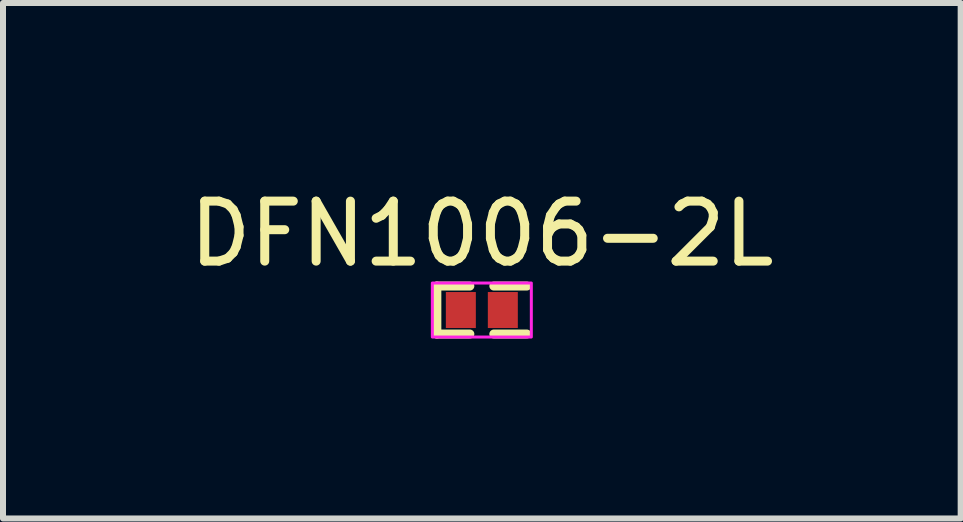
<source format=kicad_pcb>
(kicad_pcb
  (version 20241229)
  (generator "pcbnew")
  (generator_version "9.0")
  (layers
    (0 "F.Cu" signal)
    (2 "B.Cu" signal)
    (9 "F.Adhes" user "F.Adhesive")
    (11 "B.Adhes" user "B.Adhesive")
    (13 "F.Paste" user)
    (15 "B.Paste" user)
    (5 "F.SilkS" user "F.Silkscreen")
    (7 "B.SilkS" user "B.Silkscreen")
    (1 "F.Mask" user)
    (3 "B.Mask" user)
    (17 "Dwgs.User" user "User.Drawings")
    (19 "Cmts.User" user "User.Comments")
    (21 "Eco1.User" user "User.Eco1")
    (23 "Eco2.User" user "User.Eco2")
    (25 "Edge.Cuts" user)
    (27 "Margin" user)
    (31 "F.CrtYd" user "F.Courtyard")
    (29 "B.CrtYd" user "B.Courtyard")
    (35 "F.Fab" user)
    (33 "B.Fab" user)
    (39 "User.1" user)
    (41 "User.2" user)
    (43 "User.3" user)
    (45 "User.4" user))
  (footprint "DFN1006-2L"
    (layer "F.Cu")
    (at 4.982 2.118)
    (property "Reference" "DFN1006-2L" (at 0 -1.27 0) (layer "F.SilkS") (effects (font (size 1 1) (thickness 0.15))))
    (attr smd)
    (fp_line (start -0.75 -0.4) (end -0.75 0.4) (stroke (width 0.15) (type solid)) (layer "F.SilkS"))
    (fp_line (start -0.2 -0.4) (end -0.75 -0.4) (stroke (width 0.15) (type solid)) (layer "F.SilkS"))
    (fp_line (start -0.2 0.4) (end -0.75 0.4) (stroke (width 0.15) (type solid)) (layer "F.SilkS"))
    (fp_line (start 0.2 -0.4) (end 0.75 -0.4) (stroke (width 0.15) (type solid)) (layer "F.SilkS"))
    (fp_line (start 0.2 0.4) (end 0.75 0.4) (stroke (width 0.15) (type solid)) (layer "F.SilkS"))
    (fp_rect (start -0.825 -0.45) (end 0.825 0.45) (stroke (width 0.05) (type solid)) (fill no) (layer "F.CrtYd"))
    (pad "1" smd rect (at -0.35 0) (size 0.5 0.6) (layers "F.Cu" "F.Mask" "F.Paste"))
    (pad "2" smd rect (at 0.35 0) (size 0.5 0.6) (layers "F.Cu" "F.Mask" "F.Paste")))
  (gr_rect
    (start -3 -3)
    (end 12.964 5.593)
    (stroke (width 0.1) (type default))
    (fill no)
    (layer "Edge.Cuts")))
</source>
